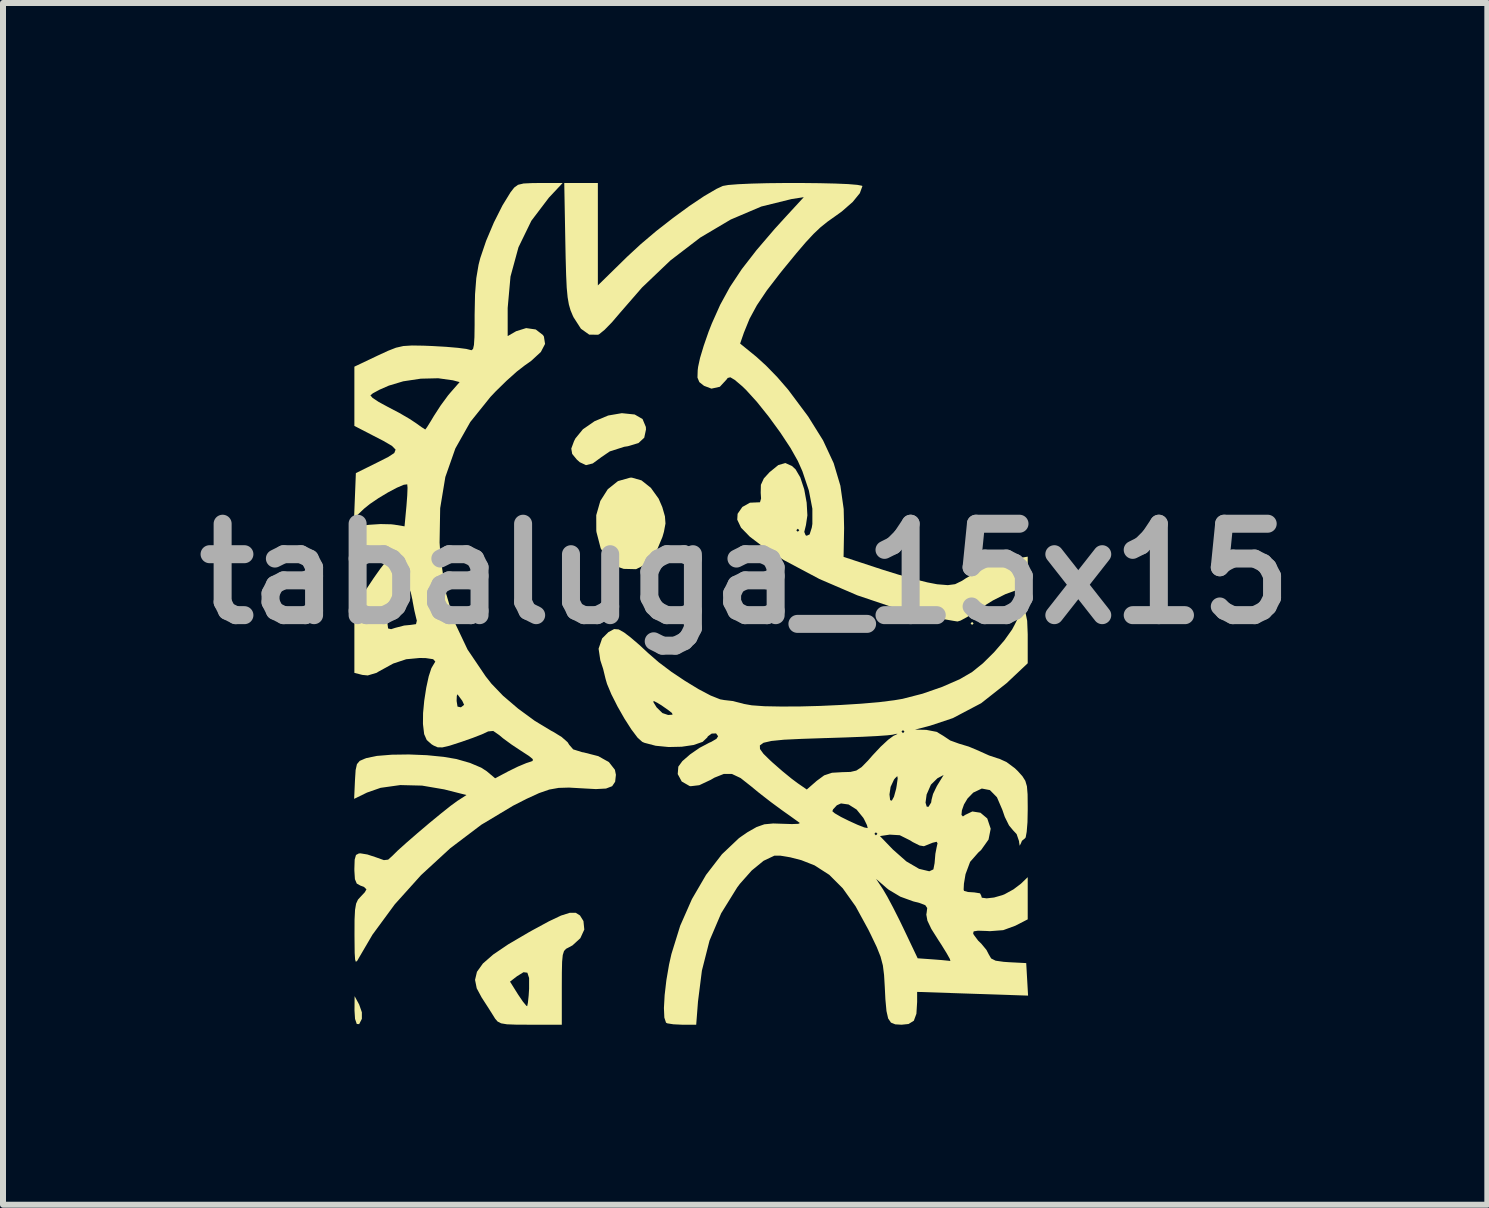
<source format=kicad_pcb>
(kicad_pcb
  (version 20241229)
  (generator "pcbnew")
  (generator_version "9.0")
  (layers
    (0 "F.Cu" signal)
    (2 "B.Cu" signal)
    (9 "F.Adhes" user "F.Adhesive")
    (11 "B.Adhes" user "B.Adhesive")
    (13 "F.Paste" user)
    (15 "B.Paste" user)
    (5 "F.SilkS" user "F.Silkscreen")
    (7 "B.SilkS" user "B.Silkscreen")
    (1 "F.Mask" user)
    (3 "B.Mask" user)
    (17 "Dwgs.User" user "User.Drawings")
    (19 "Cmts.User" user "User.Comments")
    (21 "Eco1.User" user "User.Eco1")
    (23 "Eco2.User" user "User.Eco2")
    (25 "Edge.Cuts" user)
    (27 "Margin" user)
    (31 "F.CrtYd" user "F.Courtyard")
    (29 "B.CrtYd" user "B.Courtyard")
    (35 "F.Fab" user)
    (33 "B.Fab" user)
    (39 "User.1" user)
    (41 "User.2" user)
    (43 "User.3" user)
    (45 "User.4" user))
  (footprint "tabaluga_15x15"
    (layer "F.Cu")
    (at 9.369 6.513)
    (property "Reference" "tabaluga_15x15" (at 0 0 0) (layer "F.Fab") (effects (font (size 1.524 1.524) (thickness 0.3))))
    (attr board_only exclude_from_pos_files exclude_from_bom)
    (fp_poly (pts (xy 3.807 0.827) (xy 3.782 0.852) (xy 3.757 0.827) (xy 3.782 0.802)) (stroke (width 0) (type solid)) (fill yes) (layer "F.SilkS"))
    (fp_poly (pts (xy -6.433 7.179) (xy -6.388 7.308) (xy -6.388 7.417) (xy -6.433 7.505) (xy -6.473 7.503) (xy -6.502 7.418) (xy -6.511 7.277) (xy -6.509 7.039)) (stroke (width 0) (type solid)) (fill yes) (layer "F.SilkS"))
    (fp_poly (pts (xy -1.841 -2.655) (xy -1.71 -2.579) (xy -1.655 -2.447) (xy -1.653 -2.405) (xy -1.682 -2.268) (xy -1.778 -2.179) (xy -1.955 -2.126) (xy -2.015 -2.117) (xy -2.256 -2.04) (xy -2.394 -1.946) (xy -2.54 -1.839) (xy -2.653 -1.811) (xy -2.757 -1.86) (xy -2.806 -1.904) (xy -2.883 -1.998) (xy -2.898 -2.087) (xy -2.853 -2.209) (xy -2.83 -2.255) (xy -2.704 -2.409) (xy -2.51 -2.543) (xy -2.283 -2.638) (xy -2.056 -2.677) (xy -2.055 -2.677)) (stroke (width 0) (type solid)) (fill yes) (layer "F.SilkS"))
    (fp_poly (pts (xy -1.728 -1.557) (xy -1.572 -1.433) (xy -1.442 -1.252) (xy -1.381 -1.111) (xy -1.337 -0.958) (xy -1.328 -0.838) (xy -1.354 -0.699) (xy -1.379 -0.613) (xy -1.491 -0.346) (xy -1.639 -0.166) (xy -1.818 -0.077) (xy -2.024 -0.082) (xy -2.138 -0.121) (xy -2.297 -0.237) (xy -2.408 -0.425) (xy -2.478 -0.695) (xy -2.481 -0.717) (xy -2.482 -0.977) (xy -2.414 -1.214) (xy -2.29 -1.409) (xy -2.12 -1.545) (xy -1.918 -1.602) (xy -1.889 -1.603)) (stroke (width 0) (type solid)) (fill yes) (layer "F.SilkS"))
    (fp_poly (pts (xy -2.823 5.65) (xy -2.753 5.694) (xy -2.699 5.781) (xy -2.695 5.789) (xy -2.681 5.929) (xy -2.747 6.073) (xy -2.878 6.193) (xy -2.933 6.223) (xy -2.985 6.25) (xy -3.019 6.287) (xy -3.04 6.354) (xy -3.051 6.467) (xy -3.055 6.645) (xy -3.056 6.897) (xy -3.056 7.515) (xy -3.581 7.515) (xy -3.815 7.514) (xy -3.971 7.508) (xy -4.067 7.492) (xy -4.126 7.462) (xy -4.168 7.413) (xy -4.19 7.377) (xy -4.275 7.242) (xy -4.375 7.087) (xy -4.392 7.061) (xy -4.474 6.908) (xy -4.496 6.797) (xy -3.919 6.797) (xy -3.785 7.011) (xy -3.705 7.129) (xy -3.648 7.198) (xy -3.633 7.206) (xy -3.621 7.151) (xy -3.608 7.027) (xy -3.601 6.917) (xy -3.601 6.737) (xy -3.63 6.648) (xy -3.694 6.64) (xy -3.801 6.706) (xy -3.919 6.797) (xy -4.496 6.797) (xy -4.502 6.768) (xy -4.47 6.633) (xy -4.371 6.495) (xy -4.199 6.345) (xy -3.948 6.175) (xy -3.612 5.978) (xy -3.544 5.94) (xy -3.271 5.792) (xy -3.069 5.696) (xy -2.924 5.65)) (stroke (width 0) (type solid)) (fill yes) (layer "F.SilkS"))
    (fp_poly (pts (xy 1.24 -6.51) (xy 1.499 -6.504) (xy 1.715 -6.495) (xy 1.87 -6.482) (xy 1.948 -6.467) (xy 1.954 -6.461) (xy 1.911 -6.343) (xy 1.792 -6.197) (xy 1.61 -6.038) (xy 1.507 -5.964) (xy 1.373 -5.869) (xy 1.255 -5.774) (xy 1.139 -5.664) (xy 1.009 -5.524) (xy 0.851 -5.339) (xy 0.65 -5.094) (xy 0.583 -5.011) (xy 0.36 -4.721) (xy 0.195 -4.475) (xy 0.073 -4.25) (xy -0.021 -4.019) (xy -0.023 -4.013) (xy -0.084 -3.837) (xy 0.184 -3.619) (xy 0.348 -3.47) (xy 0.535 -3.278) (xy 0.705 -3.082) (xy 0.723 -3.06) (xy 1.049 -2.623) (xy 1.298 -2.224) (xy 1.475 -1.844) (xy 1.587 -1.468) (xy 1.642 -1.079) (xy 1.649 -0.763) (xy 1.64 -0.282) (xy 2.285 -0.07) (xy 2.552 0.013) (xy 2.812 0.087) (xy 3.036 0.143) (xy 3.197 0.174) (xy 3.206 0.175) (xy 3.378 0.189) (xy 3.499 0.173) (xy 3.615 0.116) (xy 3.682 0.072) (xy 4.001 -0.111) (xy 4.326 -0.22) (xy 4.468 -0.247) (xy 4.709 -0.286) (xy 4.709 0.003) (xy 4.705 0.165) (xy 4.689 0.248) (xy 4.654 0.273) (xy 4.621 0.268) (xy 4.508 0.277) (xy 4.338 0.339) (xy 4.131 0.443) (xy 3.909 0.58) (xy 3.84 0.628) (xy 3.7 0.72) (xy 3.589 0.78) (xy 3.539 0.795) (xy 3.464 0.783) (xy 3.321 0.758) (xy 3.139 0.726) (xy 3.131 0.724) (xy 2.513 0.576) (xy 1.87 0.359) (xy 1.238 0.087) (xy 0.649 -0.226) (xy 0.313 -0.44) (xy 0.078 -0.618) (xy -0.027 -0.726) (xy 0.852 -0.726) (xy 0.877 -0.701) (xy 0.902 -0.726) (xy 0.877 -0.751) (xy 0.852 -0.726) (xy -0.027 -0.726) (xy -0.069 -0.769) (xy -0.132 -0.902) (xy -0.126 -1) (xy -0.047 -1.114) (xy 0.08 -1.185) (xy 0.194 -1.19) (xy 0.247 -1.192) (xy 0.265 -1.255) (xy 0.259 -1.35) (xy 0.262 -1.483) (xy 0.311 -1.589) (xy 0.406 -1.693) (xy 0.552 -1.812) (xy 0.67 -1.846) (xy 0.781 -1.796) (xy 0.84 -1.741) (xy 0.919 -1.606) (xy 0.984 -1.409) (xy 1.025 -1.185) (xy 1.037 -0.974) (xy 1.013 -0.812) (xy 0.985 -0.698) (xy 1.007 -0.643) (xy 1.025 -0.634) (xy 1.074 -0.656) (xy 1.11 -0.769) (xy 1.12 -0.831) (xy 1.12 -1.085) (xy 1.062 -1.387) (xy 0.954 -1.709) (xy 0.878 -1.88) (xy 0.755 -2.098) (xy 0.586 -2.354) (xy 0.392 -2.62) (xy 0.195 -2.866) (xy 0.015 -3.064) (xy -0.048 -3.125) (xy -0.173 -3.231) (xy -0.247 -3.275) (xy -0.291 -3.264) (xy -0.31 -3.238) (xy -0.422 -3.117) (xy -0.562 -3.086) (xy -0.686 -3.133) (xy -0.764 -3.195) (xy -0.795 -3.27) (xy -0.791 -3.394) (xy -0.784 -3.45) (xy -0.752 -3.597) (xy -0.69 -3.803) (xy -0.609 -4.036) (xy -0.555 -4.173) (xy -0.416 -4.484) (xy -0.254 -4.78) (xy -0.056 -5.078) (xy 0.189 -5.394) (xy 0.492 -5.748) (xy 0.676 -5.95) (xy 0.977 -6.277) (xy 0.771 -6.245) (xy 0.269 -6.121) (xy -0.241 -5.904) (xy -0.749 -5.603) (xy -1.245 -5.223) (xy -1.719 -4.771) (xy -2.085 -4.35) (xy -2.22 -4.192) (xy -2.343 -4.066) (xy -2.433 -3.993) (xy -2.452 -3.984) (xy -2.599 -3.986) (xy -2.737 -4.084) (xy -2.86 -4.275) (xy -2.872 -4.3) (xy -2.91 -4.391) (xy -2.938 -4.488) (xy -2.959 -4.609) (xy -2.974 -4.768) (xy -2.984 -4.983) (xy -2.992 -5.27) (xy -2.997 -5.523) (xy -3.015 -6.513) (xy -2.455 -6.513) (xy -2.455 -4.806) (xy -1.966 -5.285) (xy -1.74 -5.494) (xy -1.48 -5.714) (xy -1.204 -5.929) (xy -0.932 -6.128) (xy -0.683 -6.295) (xy -0.476 -6.416) (xy -0.372 -6.464) (xy -0.282 -6.48) (xy -0.117 -6.493) (xy 0.106 -6.503) (xy 0.37 -6.51) (xy 0.659 -6.513) (xy 0.954 -6.513)) (stroke (width 0) (type solid)) (fill yes) (layer "F.SilkS"))
    (fp_poly (pts (xy -3.271 -6.269) (xy -3.563 -5.884) (xy -3.778 -5.442) (xy -3.911 -4.954) (xy -3.958 -4.431) (xy -3.958 -4.416) (xy -3.958 -3.962) (xy -3.817 -4.043) (xy -3.65 -4.095) (xy -3.49 -4.072) (xy -3.371 -3.98) (xy -3.354 -3.954) (xy -3.335 -3.831) (xy -3.405 -3.697) (xy -3.568 -3.547) (xy -3.672 -3.474) (xy -3.805 -3.371) (xy -3.976 -3.218) (xy -4.157 -3.041) (xy -4.245 -2.948) (xy -4.581 -2.53) (xy -4.83 -2.089) (xy -4.997 -1.613) (xy -5.083 -1.094) (xy -5.093 -0.519) (xy -5.075 -0.257) (xy -4.992 0.302) (xy -4.846 0.8) (xy -4.627 1.262) (xy -4.325 1.709) (xy -4.229 1.831) (xy -4.035 2.033) (xy -3.783 2.248) (xy -3.506 2.451) (xy -3.236 2.614) (xy -3.198 2.634) (xy -3.058 2.72) (xy -2.959 2.807) (xy -2.933 2.849) (xy -2.866 2.926) (xy -2.716 2.973) (xy -2.69 2.977) (xy -2.448 3.039) (xy -2.271 3.138) (xy -2.171 3.266) (xy -2.154 3.35) (xy -2.167 3.466) (xy -2.217 3.54) (xy -2.319 3.579) (xy -2.489 3.588) (xy -2.724 3.575) (xy -2.936 3.563) (xy -3.108 3.568) (xy -3.265 3.596) (xy -3.435 3.655) (xy -3.644 3.751) (xy -3.87 3.866) (xy -4.397 4.182) (xy -4.914 4.573) (xy -5.401 5.021) (xy -5.839 5.508) (xy -6.211 6.014) (xy -6.43 6.388) (xy -6.465 6.449) (xy -6.488 6.467) (xy -6.501 6.427) (xy -6.508 6.319) (xy -6.51 6.129) (xy -6.511 6.007) (xy -6.51 5.765) (xy -6.502 5.602) (xy -6.484 5.497) (xy -6.453 5.43) (xy -6.413 5.386) (xy -6.338 5.306) (xy -6.312 5.258) (xy -6.354 5.218) (xy -6.413 5.196) (xy -6.473 5.163) (xy -6.504 5.089) (xy -6.513 4.947) (xy -6.513 4.914) (xy -6.508 4.763) (xy -6.486 4.686) (xy -6.439 4.661) (xy -6.411 4.659) (xy -6.296 4.678) (xy -6.153 4.725) (xy -6.139 4.73) (xy -6.021 4.772) (xy -5.95 4.764) (xy -5.88 4.701) (xy -5.878 4.699) (xy -5.789 4.611) (xy -5.642 4.479) (xy -5.46 4.321) (xy -5.263 4.154) (xy -5.072 3.997) (xy -4.91 3.868) (xy -4.797 3.785) (xy -4.79 3.781) (xy -4.645 3.687) (xy -5.016 3.593) (xy -5.385 3.53) (xy -5.748 3.521) (xy -6.076 3.567) (xy -6.302 3.646) (xy -6.517 3.751) (xy -6.503 3.441) (xy -6.492 3.27) (xy -6.47 3.172) (xy -6.424 3.118) (xy -6.339 3.081) (xy -6.312 3.071) (xy -6.137 3.035) (xy -5.891 3.015) (xy -5.604 3.011) (xy -5.305 3.023) (xy -5.023 3.051) (xy -4.812 3.087) (xy -4.586 3.152) (xy -4.399 3.231) (xy -4.309 3.289) (xy -4.167 3.408) (xy -3.944 3.29) (xy -3.787 3.213) (xy -3.648 3.155) (xy -3.602 3.14) (xy -3.542 3.119) (xy -3.539 3.089) (xy -3.602 3.037) (xy -3.733 2.952) (xy -3.893 2.846) (xy -4.035 2.742) (xy -4.098 2.689) (xy -4.199 2.619) (xy -4.284 2.627) (xy -4.298 2.634) (xy -4.386 2.675) (xy -4.538 2.734) (xy -4.723 2.799) (xy -4.741 2.805) (xy -4.926 2.865) (xy -5.045 2.893) (xy -5.124 2.892) (xy -5.191 2.863) (xy -5.227 2.841) (xy -5.307 2.77) (xy -5.35 2.672) (xy -5.369 2.512) (xy -5.37 2.493) (xy -5.368 2.319) (xy -5.349 2.119) (xy -4.809 2.119) (xy -4.794 2.213) (xy -4.741 2.225) (xy -4.733 2.222) (xy -4.684 2.184) (xy -4.715 2.116) (xy -4.719 2.111) (xy -4.776 2.034) (xy -4.795 2.008) (xy -4.806 2.035) (xy -4.809 2.119) (xy -5.349 2.119) (xy -5.348 2.111) (xy -5.315 1.898) (xy -5.274 1.709) (xy -5.23 1.574) (xy -5.205 1.531) (xy -5.164 1.463) (xy -5.2 1.423) (xy -5.323 1.405) (xy -5.425 1.403) (xy -5.649 1.424) (xy -5.866 1.496) (xy -6.112 1.631) (xy -6.142 1.65) (xy -6.29 1.694) (xy -6.38 1.685) (xy -6.513 1.651) (xy -6.513 0.826) (xy -5.962 0.826) (xy -5.951 0.911) (xy -5.901 0.923) (xy -5.833 0.901) (xy -5.683 0.862) (xy -5.577 0.852) (xy -5.486 0.839) (xy -5.472 0.781) (xy -5.483 0.739) (xy -5.513 0.612) (xy -5.543 0.454) (xy -5.545 0.437) (xy -5.573 0.309) (xy -5.606 0.231) (xy -5.613 0.224) (xy -5.661 0.247) (xy -5.733 0.336) (xy -5.814 0.465) (xy -5.889 0.608) (xy -5.943 0.739) (xy -5.962 0.826) (xy -6.513 0.826) (xy -6.513 0.567) (xy -6.307 0.246) (xy -6.191 0.071) (xy -6.08 -0.086) (xy -5.997 -0.191) (xy -5.994 -0.195) (xy -5.887 -0.314) (xy -6.2 -0.287) (xy -6.513 -0.26) (xy -6.513 -0.788) (xy -6.265 -0.817) (xy -6.078 -0.829) (xy -5.9 -0.825) (xy -5.847 -0.819) (xy -5.677 -0.791) (xy -5.645 -1.131) (xy -5.632 -1.304) (xy -5.627 -1.433) (xy -5.632 -1.49) (xy -5.632 -1.491) (xy -5.689 -1.484) (xy -5.804 -1.435) (xy -5.953 -1.356) (xy -6.111 -1.261) (xy -6.254 -1.164) (xy -6.352 -1.085) (xy -6.518 -0.927) (xy -6.503 -1.303) (xy -6.488 -1.678) (xy -6.123 -1.859) (xy -5.947 -1.948) (xy -5.848 -2.013) (xy -5.826 -2.07) (xy -5.887 -2.132) (xy -6.031 -2.216) (xy -6.2 -2.303) (xy -6.513 -2.465) (xy -6.513 -2.974) (xy -6.246 -2.974) (xy -6.21 -2.932) (xy -6.106 -2.863) (xy -5.956 -2.782) (xy -5.953 -2.78) (xy -5.769 -2.684) (xy -5.597 -2.584) (xy -5.495 -2.517) (xy -5.394 -2.445) (xy -5.335 -2.407) (xy -5.331 -2.405) (xy -5.302 -2.444) (xy -5.239 -2.545) (xy -5.187 -2.632) (xy -5.075 -2.805) (xy -4.951 -2.974) (xy -4.906 -3.027) (xy -4.759 -3.195) (xy -4.872 -3.225) (xy -5.116 -3.259) (xy -5.406 -3.252) (xy -5.699 -3.208) (xy -5.939 -3.136) (xy -6.094 -3.068) (xy -6.205 -3.008) (xy -6.246 -2.974) (xy -6.513 -2.974) (xy -6.513 -3.452) (xy -6.128 -3.635) (xy -5.953 -3.716) (xy -5.82 -3.768) (xy -5.697 -3.796) (xy -5.554 -3.805) (xy -5.36 -3.802) (xy -5.213 -3.796) (xy -4.985 -3.783) (xy -4.788 -3.766) (xy -4.648 -3.748) (xy -4.597 -3.735) (xy -4.56 -3.726) (xy -4.535 -3.748) (xy -4.52 -3.815) (xy -4.512 -3.943) (xy -4.509 -4.147) (xy -4.509 -4.316) (xy -4.502 -4.658) (xy -4.481 -4.928) (xy -4.443 -5.152) (xy -4.415 -5.261) (xy -4.317 -5.55) (xy -4.188 -5.855) (xy -4.045 -6.139) (xy -3.91 -6.359) (xy -3.849 -6.437) (xy -3.786 -6.483) (xy -3.693 -6.505) (xy -3.544 -6.512) (xy -3.421 -6.513) (xy -3.042 -6.513)) (stroke (width 0) (type solid)) (fill yes) (layer "F.SilkS"))
    (fp_poly (pts (xy 4.674 0.656) (xy 4.7 0.783) (xy 4.709 1.007) (xy 4.709 1.048) (xy 4.709 1.491) (xy 4.358 1.822) (xy 3.933 2.157) (xy 3.462 2.405) (xy 3.081 2.532) (xy 2.831 2.597) (xy 3.018 2.601) (xy 3.191 2.634) (xy 3.301 2.7) (xy 3.418 2.778) (xy 3.564 2.831) (xy 3.727 2.88) (xy 3.896 2.951) (xy 3.908 2.957) (xy 4.066 3.028) (xy 4.217 3.078) (xy 4.231 3.081) (xy 4.355 3.137) (xy 4.494 3.24) (xy 4.544 3.288) (xy 4.621 3.374) (xy 4.669 3.45) (xy 4.696 3.542) (xy 4.707 3.676) (xy 4.709 3.878) (xy 4.709 3.936) (xy 4.705 4.14) (xy 4.692 4.3) (xy 4.675 4.393) (xy 4.663 4.409) (xy 4.613 4.45) (xy 4.594 4.496) (xy 4.575 4.532) (xy 4.565 4.469) (xy 4.565 4.458) (xy 4.524 4.338) (xy 4.463 4.273) (xy 4.397 4.193) (xy 4.327 4.052) (xy 4.286 3.933) (xy 4.196 3.724) (xy 4.079 3.605) (xy 3.944 3.579) (xy 3.801 3.647) (xy 3.706 3.745) (xy 3.647 3.844) (xy 3.612 3.943) (xy 3.605 4.018) (xy 3.629 4.044) (xy 3.667 4.018) (xy 3.786 3.961) (xy 3.921 3.982) (xy 4.032 4.075) (xy 4.036 4.081) (xy 4.092 4.249) (xy 4.056 4.429) (xy 3.934 4.601) (xy 3.885 4.646) (xy 3.749 4.801) (xy 3.673 5.005) (xy 3.67 5.021) (xy 3.646 5.164) (xy 3.641 5.262) (xy 3.647 5.284) (xy 3.712 5.303) (xy 3.819 5.31) (xy 3.914 5.325) (xy 3.933 5.361) (xy 3.944 5.398) (xy 4.025 5.409) (xy 4.148 5.395) (xy 4.285 5.356) (xy 4.323 5.341) (xy 4.472 5.259) (xy 4.597 5.164) (xy 4.709 5.056) (xy 4.709 5.759) (xy 4.503 5.865) (xy 4.301 5.939) (xy 4.078 5.956) (xy 4.031 5.953) (xy 3.88 5.948) (xy 3.809 5.959) (xy 3.799 5.992) (xy 3.81 6.016) (xy 3.884 6.115) (xy 3.935 6.164) (xy 4.021 6.268) (xy 4.061 6.345) (xy 4.1 6.411) (xy 4.174 6.448) (xy 4.308 6.467) (xy 4.394 6.473) (xy 4.684 6.488) (xy 4.715 7.03) (xy 3.79 6.999) (xy 2.866 6.968) (xy 2.866 7.136) (xy 2.854 7.332) (xy 2.811 7.449) (xy 2.723 7.503) (xy 2.607 7.515) (xy 2.502 7.509) (xy 2.43 7.48) (xy 2.383 7.411) (xy 2.355 7.287) (xy 2.337 7.091) (xy 2.327 6.89) (xy 2.315 6.686) (xy 2.295 6.527) (xy 2.257 6.382) (xy 2.193 6.221) (xy 2.093 6.012) (xy 2.053 5.931) (xy 1.84 5.541) (xy 1.626 5.241) (xy 1.47 5.085) (xy 2.182 5.085) (xy 2.298 5.26) (xy 2.369 5.381) (xy 2.466 5.563) (xy 2.575 5.779) (xy 2.644 5.922) (xy 2.875 6.408) (xy 3.128 6.426) (xy 3.281 6.438) (xy 3.39 6.449) (xy 3.42 6.453) (xy 3.412 6.42) (xy 3.357 6.322) (xy 3.268 6.178) (xy 3.226 6.114) (xy 3.103 5.919) (xy 3.037 5.78) (xy 3.019 5.68) (xy 3.025 5.643) (xy 3.034 5.57) (xy 3.002 5.523) (xy 2.906 5.486) (xy 2.8 5.459) (xy 2.586 5.381) (xy 2.392 5.265) (xy 2.363 5.242) (xy 2.182 5.085) (xy 1.47 5.085) (xy 1.402 5.017) (xy 1.156 4.859) (xy 0.937 4.773) (xy 0.751 4.725) (xy 0.589 4.698) (xy 0.486 4.698) (xy 0.486 4.698) (xy 0.307 4.783) (xy 0.109 4.945) (xy -0.088 5.167) (xy -0.133 5.227) (xy -0.4 5.658) (xy -0.594 6.113) (xy -0.721 6.613) (xy -0.786 7.127) (xy -0.816 7.515) (xy -1.051 7.515) (xy -1.197 7.508) (xy -1.298 7.492) (xy -1.319 7.481) (xy -1.347 7.397) (xy -1.354 7.237) (xy -1.342 7.021) (xy -1.313 6.772) (xy -1.268 6.51) (xy -1.229 6.337) (xy -1.083 5.866) (xy -0.887 5.421) (xy -0.652 5.018) (xy -0.387 4.674) (xy -0.104 4.406) (xy -0.055 4.371) (xy 2.246 4.371) (xy 2.463 4.596) (xy 2.686 4.793) (xy 2.898 4.917) (xy 3.069 4.958) (xy 3.137 4.926) (xy 3.157 4.822) (xy 3.17 4.667) (xy 3.19 4.563) (xy 3.206 4.492) (xy 3.191 4.466) (xy 3.124 4.482) (xy 2.985 4.538) (xy 2.978 4.54) (xy 2.907 4.528) (xy 2.793 4.471) (xy 2.749 4.443) (xy 2.577 4.357) (xy 2.412 4.347) (xy 2.409 4.347) (xy 2.246 4.371) (xy -0.055 4.371) (xy -0.00049 4.334) (xy 2.154 4.334) (xy 2.179 4.359) (xy 2.204 4.334) (xy 2.179 4.308) (xy 2.154 4.334) (xy -0.00049 4.334) (xy 0.035 4.309) (xy 0.191 4.22) (xy 0.32 4.175) (xy 0.466 4.161) (xy 0.621 4.166) (xy 0.78 4.171) (xy 0.885 4.167) (xy 0.912 4.154) (xy 0.912 4.154) (xy 0.856 4.113) (xy 0.742 4.031) (xy 0.637 3.957) (xy 1.453 3.957) (xy 1.494 3.992) (xy 1.597 4.052) (xy 1.734 4.12) (xy 1.873 4.183) (xy 1.985 4.227) (xy 2.041 4.238) (xy 2.042 4.237) (xy 2.03 4.189) (xy 1.981 4.088) (xy 1.968 4.066) (xy 1.857 3.929) (xy 1.724 3.845) (xy 1.597 3.827) (xy 1.528 3.858) (xy 1.465 3.926) (xy 1.453 3.957) (xy 0.637 3.957) (xy 0.601 3.931) (xy 0.442 3.814) (xy 3.006 3.814) (xy 3.026 3.881) (xy 3.056 3.883) (xy 3.1 3.811) (xy 3.106 3.767) (xy 3.131 3.67) (xy 3.193 3.541) (xy 3.207 3.517) (xy 3.308 3.353) (xy 3.204 3.408) (xy 3.096 3.514) (xy 3.024 3.679) (xy 3.006 3.814) (xy 0.442 3.814) (xy 0.413 3.792) (xy 0.265 3.677) (xy 2.405 3.677) (xy 2.416 3.772) (xy 2.444 3.781) (xy 2.48 3.715) (xy 2.516 3.584) (xy 2.525 3.532) (xy 2.542 3.41) (xy 2.535 3.372) (xy 2.499 3.407) (xy 2.481 3.429) (xy 2.424 3.551) (xy 2.405 3.677) (xy 0.265 3.677) (xy 0.218 3.64) (xy 0.104 3.546) (xy -0.076 3.404) (xy -0.22 3.336) (xy -0.355 3.335) (xy -0.511 3.397) (xy -0.573 3.433) (xy -0.764 3.523) (xy -0.907 3.54) (xy -0.926 3.537) (xy -1.057 3.462) (xy -1.124 3.338) (xy -1.114 3.214) (xy -1.047 3.122) (xy -0.918 3.01) (xy -0.759 2.9) (xy -0.683 2.86) (xy 0.245 2.86) (xy 0.247 2.92) (xy 0.305 3) (xy 0.411 3.104) (xy 0.461 3.15) (xy 0.619 3.288) (xy 0.772 3.413) (xy 0.872 3.488) (xy 1.027 3.595) (xy 1.192 3.451) (xy 1.317 3.359) (xy 1.447 3.316) (xy 1.617 3.306) (xy 1.755 3.302) (xy 1.853 3.279) (xy 1.94 3.222) (xy 2.046 3.114) (xy 2.123 3.026) (xy 2.258 2.882) (xy 2.383 2.766) (xy 2.47 2.702) (xy 2.474 2.7) (xy 2.54 2.668) (xy 2.515 2.668) (xy 2.455 2.682) (xy 2.367 2.692) (xy 2.197 2.704) (xy 1.962 2.716) (xy 1.68 2.727) (xy 1.368 2.737) (xy 1.328 2.738) (xy 0.941 2.751) (xy 0.646 2.765) (xy 0.437 2.786) (xy 0.306 2.816) (xy 0.245 2.86) (xy -0.683 2.86) (xy -0.598 2.815) (xy -0.567 2.802) (xy -0.478 2.75) (xy -0.451 2.707) (xy -0.485 2.66) (xy -0.558 2.663) (xy -0.622 2.709) (xy -0.632 2.728) (xy -0.709 2.801) (xy -0.859 2.853) (xy -1.056 2.882) (xy -1.275 2.887) (xy -1.491 2.866) (xy -1.678 2.817) (xy -1.715 2.801) (xy -1.793 2.731) (xy -1.869 2.63) (xy 2.605 2.63) (xy 2.63 2.655) (xy 2.655 2.63) (xy 2.63 2.605) (xy 2.605 2.63) (xy -1.869 2.63) (xy -1.897 2.593) (xy -2.014 2.41) (xy -2.129 2.208) (xy -2.162 2.142) (xy -1.528 2.142) (xy -1.476 2.226) (xy -1.379 2.321) (xy -1.284 2.353) (xy -1.21 2.348) (xy -1.219 2.321) (xy -1.278 2.274) (xy -1.395 2.192) (xy -1.469 2.147) (xy -1.528 2.119) (xy -1.528 2.142) (xy -2.162 2.142) (xy -2.23 2.008) (xy -2.302 1.836) (xy -2.327 1.75) (xy -2.367 1.585) (xy -2.414 1.441) (xy -2.443 1.248) (xy -2.384 1.077) (xy -2.279 0.972) (xy -2.184 0.921) (xy -2.108 0.927) (xy -2.016 0.979) (xy -1.91 1.06) (xy -1.765 1.184) (xy -1.615 1.323) (xy -1.441 1.474) (xy -1.23 1.633) (xy -1.001 1.786) (xy -0.776 1.923) (xy -0.575 2.029) (xy -0.417 2.092) (xy -0.35 2.104) (xy -0.211 2.12) (xy -0.046 2.161) (xy -0.019 2.169) (xy 0.11 2.192) (xy 0.32 2.207) (xy 0.592 2.212) (xy 0.908 2.211) (xy 1.249 2.202) (xy 1.596 2.186) (xy 1.931 2.165) (xy 2.234 2.139) (xy 2.487 2.107) (xy 2.623 2.084) (xy 2.957 1.998) (xy 3.285 1.884) (xy 3.576 1.757) (xy 3.782 1.637) (xy 3.962 1.492) (xy 4.149 1.307) (xy 4.32 1.109) (xy 4.449 0.928) (xy 4.491 0.849) (xy 4.571 0.69) (xy 4.632 0.625)) (stroke (width 0) (type solid)) (fill yes) (layer "F.SilkS")))
  (gr_rect
    (start -3 -3)
    (end 21.738 17.028)
    (stroke (width 0.1) (type default))
    (fill no)
    (layer "Edge.Cuts")))
</source>
